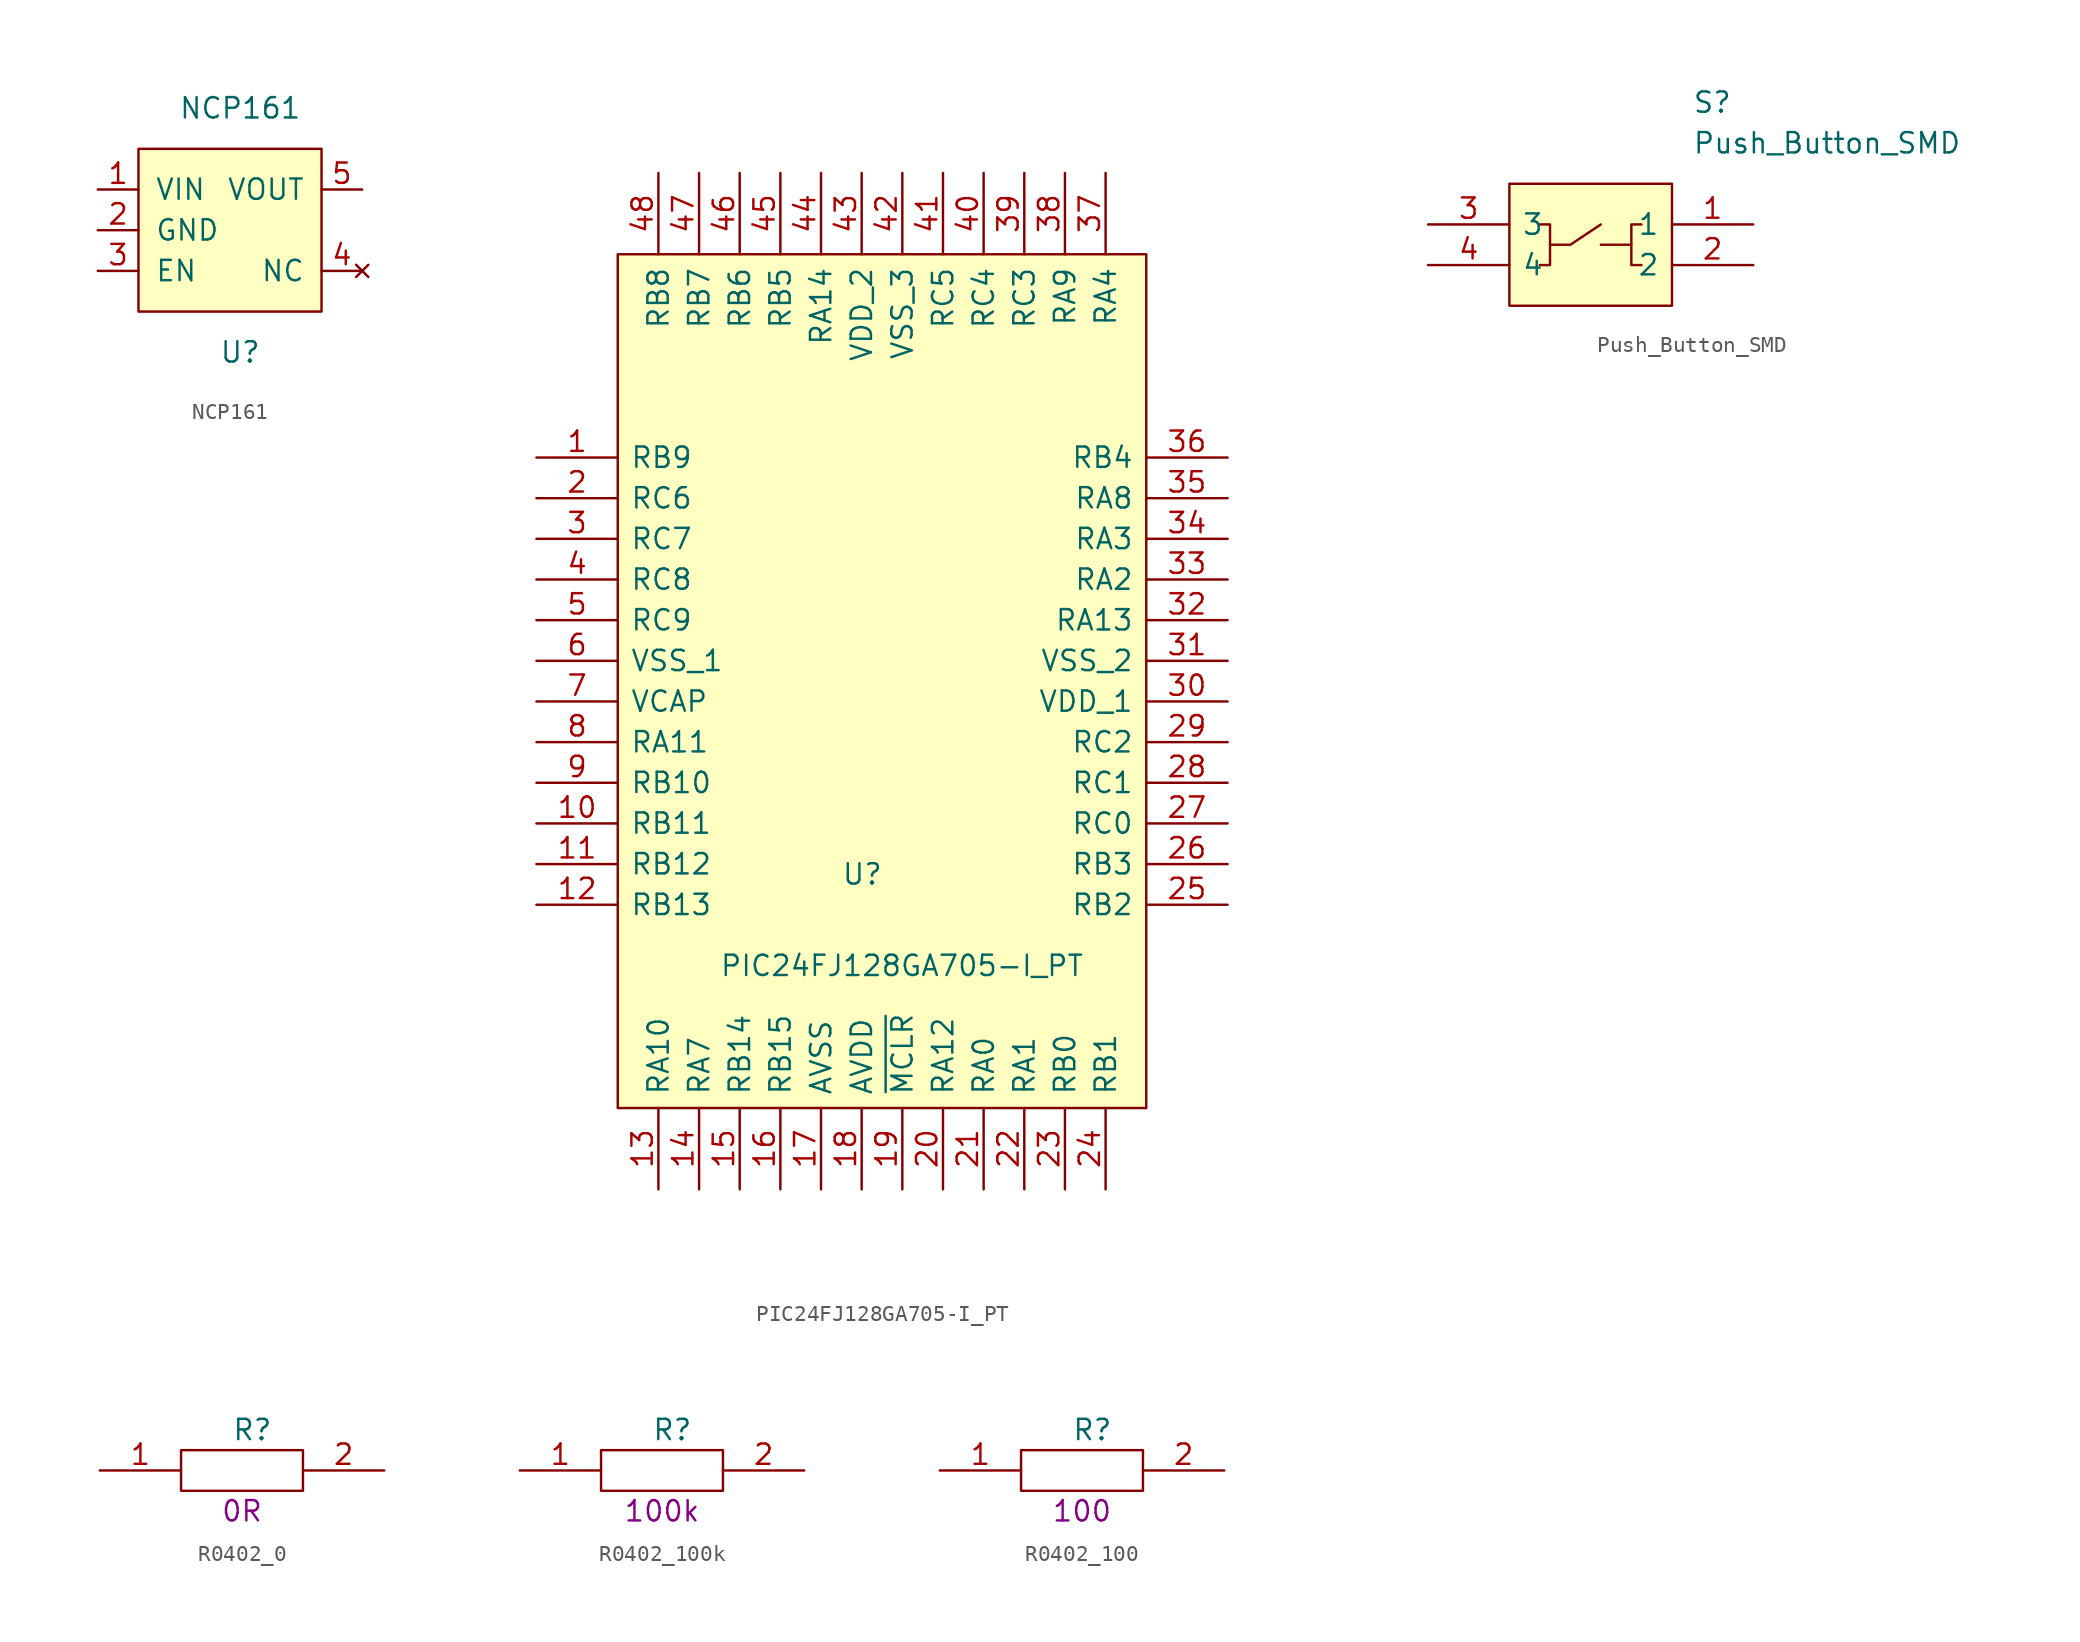
<source format=kicad_sym>
(kicad_symbol_lib
  (version 20220914)
  (generator kicad_symbol_editor)
  (symbol "NCP161"
    (pin_names
      (offset 1.016))
    (property "Reference" "U"
      (at 6.35 -7.62 0)
      (effects (font (size 1.27 1.27))))
    (property "Value" "NCP161"
      (at 6.35 7.62 0)
      (effects (font (size 1.27 1.27))))
    (symbol "NCP161_0_1"
      (rectangle (start 0 5.08) (end 11.43 -5.08) (stroke (width 0) (type solid)) (fill (type background))))
    (symbol "NCP161_1_1"
      (pin power_in line (at -2.54 2.54 0) (length 2.54) (name "VIN" (effects (font (size 1.27 1.27)))) (number "1" (effects (font (size 1.27 1.27)))))
      (pin power_in line (at -2.54 0 0) (length 2.54) (name "GND" (effects (font (size 1.27 1.27)))) (number "2" (effects (font (size 1.27 1.27)))))
      (pin input line (at -2.54 -2.54 0) (length 2.54) (name "EN" (effects (font (size 1.27 1.27)))) (number "3" (effects (font (size 1.27 1.27)))))
      (pin no_connect line (at 13.97 -2.54 180) (length 2.54) (name "NC" (effects (font (size 1.27 1.27)))) (number "4" (effects (font (size 1.27 1.27)))))
      (pin power_out line (at 13.97 2.54 180) (length 2.54) (name "VOUT" (effects (font (size 1.27 1.27)))) (number "5" (effects (font (size 1.27 1.27)))))))
  (symbol "PIC24FJ128GA705-I_PT"
    (pin_names
      (offset 0.762))
    (property "Reference" "U"
      (at 19.05 -26.035 0)
      (effects (font (size 1.27 1.27)) (justify left)))
    (property "Value" "PIC24FJ128GA705-I_PT"
      (at 11.43 -31.75 0)
      (effects (font (size 1.27 1.27)) (justify left)))
    (symbol "PIC24FJ128GA705-I_PT_0_0"
      (pin bidirectional line (at 0 0 0) (length 5.08) (name "RB9" (effects (font (size 1.27 1.27)))) (number "1" (effects (font (size 1.27 1.27)))))
      (pin bidirectional line (at 0 -22.86 0) (length 5.08) (name "RB11" (effects (font (size 1.27 1.27)))) (number "10" (effects (font (size 1.27 1.27)))))
      (pin bidirectional line (at 0 -25.4 0) (length 5.08) (name "RB12" (effects (font (size 1.27 1.27)))) (number "11" (effects (font (size 1.27 1.27)))))
      (pin bidirectional line (at 0 -27.94 0) (length 5.08) (name "RB13" (effects (font (size 1.27 1.27)))) (number "12" (effects (font (size 1.27 1.27)))))
      (pin bidirectional line (at 7.62 -45.72 90) (length 5.08) (name "RA10" (effects (font (size 1.27 1.27)))) (number "13" (effects (font (size 1.27 1.27)))))
      (pin bidirectional line (at 10.16 -45.72 90) (length 5.08) (name "RA7" (effects (font (size 1.27 1.27)))) (number "14" (effects (font (size 1.27 1.27)))))
      (pin bidirectional line (at 12.7 -45.72 90) (length 5.08) (name "RB14" (effects (font (size 1.27 1.27)))) (number "15" (effects (font (size 1.27 1.27)))))
      (pin bidirectional line (at 15.24 -45.72 90) (length 5.08) (name "RB15" (effects (font (size 1.27 1.27)))) (number "16" (effects (font (size 1.27 1.27)))))
      (pin power_in line (at 17.78 -45.72 90) (length 5.08) (name "AVSS" (effects (font (size 1.27 1.27)))) (number "17" (effects (font (size 1.27 1.27)))))
      (pin power_in line (at 20.32 -45.72 90) (length 5.08) (name "AVDD" (effects (font (size 1.27 1.27)))) (number "18" (effects (font (size 1.27 1.27)))))
      (pin input line (at 22.86 -45.72 90) (length 5.08) (name "~{MCLR}" (effects (font (size 1.27 1.27)))) (number "19" (effects (font (size 1.27 1.27)))))
      (pin bidirectional line (at 0 -2.54 0) (length 5.08) (name "RC6" (effects (font (size 1.27 1.27)))) (number "2" (effects (font (size 1.27 1.27)))))
      (pin bidirectional line (at 25.4 -45.72 90) (length 5.08) (name "RA12" (effects (font (size 1.27 1.27)))) (number "20" (effects (font (size 1.27 1.27)))))
      (pin bidirectional line (at 27.94 -45.72 90) (length 5.08) (name "RA0" (effects (font (size 1.27 1.27)))) (number "21" (effects (font (size 1.27 1.27)))))
      (pin bidirectional line (at 30.48 -45.72 90) (length 5.08) (name "RA1" (effects (font (size 1.27 1.27)))) (number "22" (effects (font (size 1.27 1.27)))))
      (pin bidirectional line (at 33.02 -45.72 90) (length 5.08) (name "RB0" (effects (font (size 1.27 1.27)))) (number "23" (effects (font (size 1.27 1.27)))))
      (pin bidirectional line (at 35.56 -45.72 90) (length 5.08) (name "RB1" (effects (font (size 1.27 1.27)))) (number "24" (effects (font (size 1.27 1.27)))))
      (pin bidirectional line (at 43.18 -27.94 180) (length 5.08) (name "RB2" (effects (font (size 1.27 1.27)))) (number "25" (effects (font (size 1.27 1.27)))))
      (pin bidirectional line (at 43.18 -25.4 180) (length 5.08) (name "RB3" (effects (font (size 1.27 1.27)))) (number "26" (effects (font (size 1.27 1.27)))))
      (pin bidirectional line (at 43.18 -22.86 180) (length 5.08) (name "RC0" (effects (font (size 1.27 1.27)))) (number "27" (effects (font (size 1.27 1.27)))))
      (pin bidirectional line (at 43.18 -20.32 180) (length 5.08) (name "RC1" (effects (font (size 1.27 1.27)))) (number "28" (effects (font (size 1.27 1.27)))))
      (pin bidirectional line (at 43.18 -17.78 180) (length 5.08) (name "RC2" (effects (font (size 1.27 1.27)))) (number "29" (effects (font (size 1.27 1.27)))))
      (pin bidirectional line (at 0 -5.08 0) (length 5.08) (name "RC7" (effects (font (size 1.27 1.27)))) (number "3" (effects (font (size 1.27 1.27)))))
      (pin power_in line (at 43.18 -15.24 180) (length 5.08) (name "VDD_1" (effects (font (size 1.27 1.27)))) (number "30" (effects (font (size 1.27 1.27)))))
      (pin power_in line (at 43.18 -12.7 180) (length 5.08) (name "VSS_2" (effects (font (size 1.27 1.27)))) (number "31" (effects (font (size 1.27 1.27)))))
      (pin bidirectional line (at 43.18 -10.16 180) (length 5.08) (name "RA13" (effects (font (size 1.27 1.27)))) (number "32" (effects (font (size 1.27 1.27)))))
      (pin bidirectional line (at 43.18 -7.62 180) (length 5.08) (name "RA2" (effects (font (size 1.27 1.27)))) (number "33" (effects (font (size 1.27 1.27)))))
      (pin bidirectional line (at 43.18 -5.08 180) (length 5.08) (name "RA3" (effects (font (size 1.27 1.27)))) (number "34" (effects (font (size 1.27 1.27)))))
      (pin bidirectional line (at 43.18 -2.54 180) (length 5.08) (name "RA8" (effects (font (size 1.27 1.27)))) (number "35" (effects (font (size 1.27 1.27)))))
      (pin bidirectional line (at 43.18 0 180) (length 5.08) (name "RB4" (effects (font (size 1.27 1.27)))) (number "36" (effects (font (size 1.27 1.27)))))
      (pin bidirectional line (at 35.56 17.78 270) (length 5.08) (name "RA4" (effects (font (size 1.27 1.27)))) (number "37" (effects (font (size 1.27 1.27)))))
      (pin bidirectional line (at 33.02 17.78 270) (length 5.08) (name "RA9" (effects (font (size 1.27 1.27)))) (number "38" (effects (font (size 1.27 1.27)))))
      (pin bidirectional line (at 30.48 17.78 270) (length 5.08) (name "RC3" (effects (font (size 1.27 1.27)))) (number "39" (effects (font (size 1.27 1.27)))))
      (pin bidirectional line (at 0 -7.62 0) (length 5.08) (name "RC8" (effects (font (size 1.27 1.27)))) (number "4" (effects (font (size 1.27 1.27)))))
      (pin bidirectional line (at 27.94 17.78 270) (length 5.08) (name "RC4" (effects (font (size 1.27 1.27)))) (number "40" (effects (font (size 1.27 1.27)))))
      (pin bidirectional line (at 25.4 17.78 270) (length 5.08) (name "RC5" (effects (font (size 1.27 1.27)))) (number "41" (effects (font (size 1.27 1.27)))))
      (pin power_in line (at 22.86 17.78 270) (length 5.08) (name "VSS_3" (effects (font (size 1.27 1.27)))) (number "42" (effects (font (size 1.27 1.27)))))
      (pin power_in line (at 20.32 17.78 270) (length 5.08) (name "VDD_2" (effects (font (size 1.27 1.27)))) (number "43" (effects (font (size 1.27 1.27)))))
      (pin bidirectional line (at 17.78 17.78 270) (length 5.08) (name "RA14" (effects (font (size 1.27 1.27)))) (number "44" (effects (font (size 1.27 1.27)))))
      (pin bidirectional line (at 15.24 17.78 270) (length 5.08) (name "RB5" (effects (font (size 1.27 1.27)))) (number "45" (effects (font (size 1.27 1.27)))))
      (pin bidirectional line (at 12.7 17.78 270) (length 5.08) (name "RB6" (effects (font (size 1.27 1.27)))) (number "46" (effects (font (size 1.27 1.27)))))
      (pin bidirectional line (at 10.16 17.78 270) (length 5.08) (name "RB7" (effects (font (size 1.27 1.27)))) (number "47" (effects (font (size 1.27 1.27)))))
      (pin bidirectional line (at 7.62 17.78 270) (length 5.08) (name "RB8" (effects (font (size 1.27 1.27)))) (number "48" (effects (font (size 1.27 1.27)))))
      (pin bidirectional line (at 0 -10.16 0) (length 5.08) (name "RC9" (effects (font (size 1.27 1.27)))) (number "5" (effects (font (size 1.27 1.27)))))
      (pin power_in line (at 0 -12.7 0) (length 5.08) (name "VSS_1" (effects (font (size 1.27 1.27)))) (number "6" (effects (font (size 1.27 1.27)))))
      (pin bidirectional line (at 0 -15.24 0) (length 5.08) (name "VCAP" (effects (font (size 1.27 1.27)))) (number "7" (effects (font (size 1.27 1.27)))))
      (pin bidirectional line (at 0 -17.78 0) (length 5.08) (name "RA11" (effects (font (size 1.27 1.27)))) (number "8" (effects (font (size 1.27 1.27)))))
      (pin bidirectional line (at 0 -20.32 0) (length 5.08) (name "RB10" (effects (font (size 1.27 1.27)))) (number "9" (effects (font (size 1.27 1.27))))))
    (symbol "PIC24FJ128GA705-I_PT_0_1"
      (polyline (pts (xy 5.08 12.7) (xy 38.1 12.7) (xy 38.1 -40.64) (xy 5.08 -40.64) (xy 5.08 12.7)) (stroke (width 0.152) (type solid)) (fill (type background)))))
  (symbol "Push_Button_SMD"
    (pin_names
      (offset 0.762))
    (property "Reference" "S"
      (at 16.51 7.62 0)
      (effects (font (size 1.27 1.27)) (justify left)))
    (property "Value" "Push_Button_SMD"
      (at 16.51 5.08 0)
      (effects (font (size 1.27 1.27)) (justify left)))
    (symbol "Push_Button_SMD_0_0"
      (pin passive line (at 20.32 0 180) (length 5.08) (name "1" (effects (font (size 1.27 1.27)))) (number "1" (effects (font (size 1.27 1.27)))))
      (pin passive line (at 20.32 -2.54 180) (length 5.08) (name "2" (effects (font (size 1.27 1.27)))) (number "2" (effects (font (size 1.27 1.27)))))
      (pin passive line (at 0 0 0) (length 5.08) (name "3" (effects (font (size 1.27 1.27)))) (number "3" (effects (font (size 1.27 1.27)))))
      (pin passive line (at 0 -2.54 0) (length 5.08) (name "4" (effects (font (size 1.27 1.27)))) (number "4" (effects (font (size 1.27 1.27))))))
    (symbol "Push_Button_SMD_0_1"
      (polyline (pts (xy 7.62 -1.27) (xy 8.89 -1.27) (xy 10.795 0)) (stroke (width 0.152) (type solid)) (fill (type none)))
      (polyline (pts (xy 10.795 -1.27) (xy 12.7 -1.27) (xy 10.795 -1.27)) (stroke (width 0.152) (type solid)) (fill (type none)))
      (polyline (pts (xy 6.985 -2.54) (xy 7.62 -2.54) (xy 7.62 0) (xy 6.985 0)) (stroke (width 0.152) (type solid)) (fill (type none)))
      (polyline (pts (xy 13.335 -2.54) (xy 12.7 -2.54) (xy 12.7 0) (xy 13.335 0)) (stroke (width 0.152) (type solid)) (fill (type none)))
      (polyline (pts (xy 5.08 2.54) (xy 15.24 2.54) (xy 15.24 -5.08) (xy 5.08 -5.08) (xy 5.08 2.54)) (stroke (width 0.152) (type solid)) (fill (type background)))))
  (symbol "R0402_0"
    (pin_names
      (offset 0.762))
    (property "Reference" "R"
      (at 8.255 2.54 0)
      (effects (font (size 1.27 1.27)) (justify left)))
    (property "Val" "0R"
      (at 8.89 -2.54 0)
      (effects (font (size 1.27 1.27))))
    (symbol "R0402_0_0_0"
      (pin passive line (at 0 0 0) (length 5.08) (name "~" (effects (font (size 1.27 1.27)))) (number "1" (effects (font (size 1.27 1.27)))))
      (pin passive line (at 17.78 0 180) (length 5.08) (name "~" (effects (font (size 1.27 1.27)))) (number "2" (effects (font (size 1.27 1.27))))))
    (symbol "R0402_0_0_1"
      (polyline (pts (xy 5.08 1.27) (xy 12.7 1.27) (xy 12.7 -1.27) (xy 5.08 -1.27) (xy 5.08 1.27)) (stroke (width 0.152) (type solid)) (fill (type none)))))
  (symbol "R0402_100k"
    (pin_names
      (offset 0.762))
    (property "Reference" "R"
      (at 8.255 2.54 0)
      (effects (font (size 1.27 1.27)) (justify left)))
    (property "Val" "100k"
      (at 8.89 -2.54 0)
      (effects (font (size 1.27 1.27))))
    (symbol "R0402_100k_0_0"
      (pin passive line (at 0 0 0) (length 5.08) (name "~" (effects (font (size 1.27 1.27)))) (number "1" (effects (font (size 1.27 1.27)))))
      (pin passive line (at 17.78 0 180) (length 5.08) (name "~" (effects (font (size 1.27 1.27)))) (number "2" (effects (font (size 1.27 1.27))))))
    (symbol "R0402_100k_0_1"
      (polyline (pts (xy 5.08 1.27) (xy 12.7 1.27) (xy 12.7 -1.27) (xy 5.08 -1.27) (xy 5.08 1.27)) (stroke (width 0.152) (type solid)) (fill (type none)))))
  (symbol "R0402_100"
    (pin_names
      (offset 0.762))
    (property "Reference" "R"
      (at 8.255 2.54 0)
      (effects (font (size 1.27 1.27)) (justify left)))
    (property "Val" "100"
      (at 8.89 -2.54 0)
      (effects (font (size 1.27 1.27))))
    (symbol "R0402_100_0_0"
      (pin passive line (at 0 0 0) (length 5.08) (name "~" (effects (font (size 1.27 1.27)))) (number "1" (effects (font (size 1.27 1.27)))))
      (pin passive line (at 17.78 0 180) (length 5.08) (name "~" (effects (font (size 1.27 1.27)))) (number "2" (effects (font (size 1.27 1.27))))))
    (symbol "R0402_100_0_1"
      (polyline (pts (xy 5.08 1.27) (xy 12.7 1.27) (xy 12.7 -1.27) (xy 5.08 -1.27) (xy 5.08 1.27)) (stroke (width 0.152) (type solid)) (fill (type none))))))
</source>
